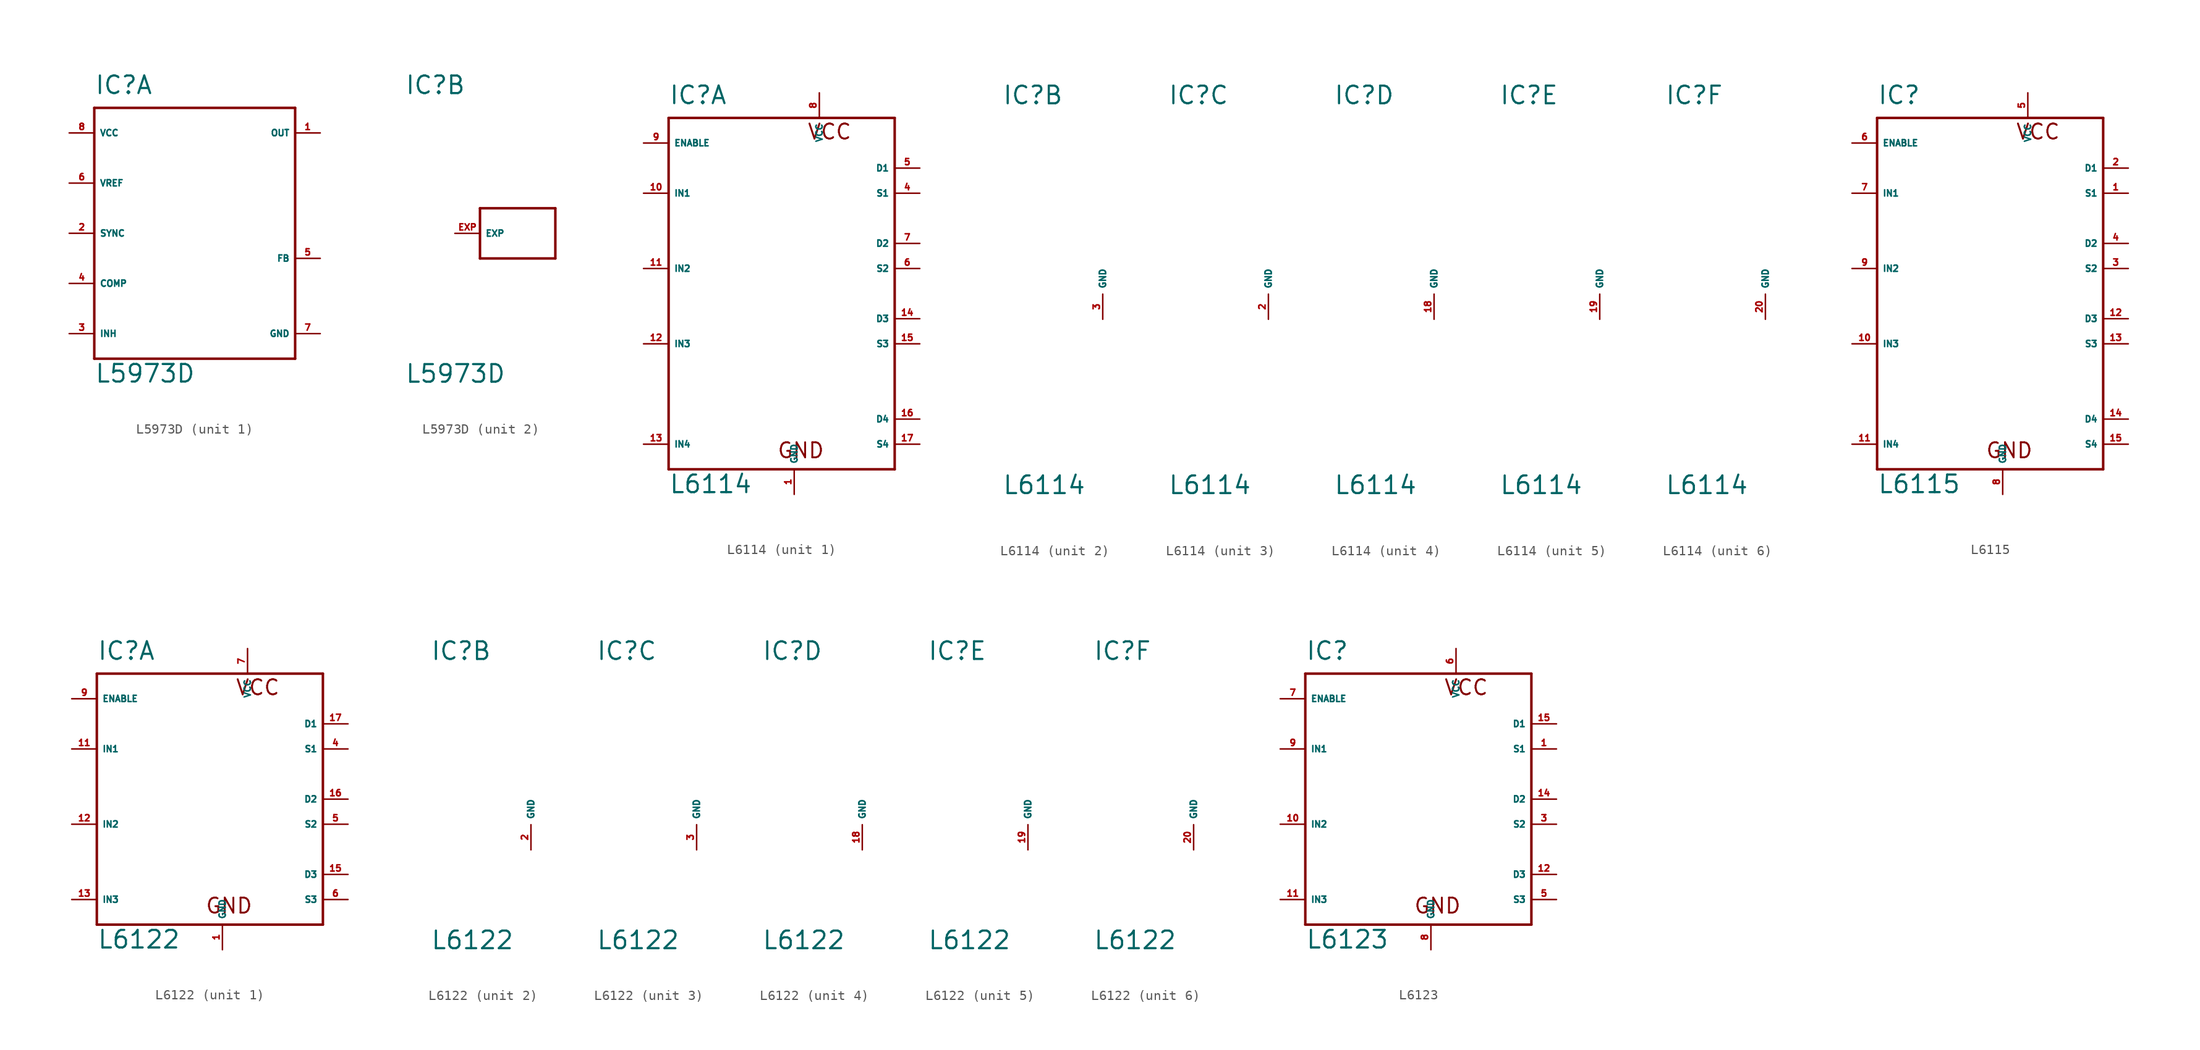
<source format=kicad_sym>
(kicad_symbol_lib
  (version 20220914)
  (generator Eagle2Kicad)
  (symbol "L5973D"
    (property "Reference" "IC"
      (at -10.16 13.97 0)
      (effects (font (size 1.778 1.778) (thickness 0.22)) (justify left bottom)))
    (property "Value" "L5973D"
      (at -10.16 -15.24 0)
      (effects (font (size 1.778 1.778) (thickness 0.22)) (justify left bottom)))
    (symbol "L5973D_1_0"
      (polyline (pts (xy -10.16 12.7) (xy 10.16 12.7)) (stroke (width 0.254) (type default)) (fill (type none)))
      (polyline (pts (xy 10.16 12.7) (xy 10.16 -12.7)) (stroke (width 0.254) (type default)) (fill (type none)))
      (polyline (pts (xy 10.16 -12.7) (xy -10.16 -12.7)) (stroke (width 0.254) (type default)) (fill (type none)))
      (polyline (pts (xy -10.16 -12.7) (xy -10.16 12.7)) (stroke (width 0.254) (type default)) (fill (type none)))
      (pin input line (at -12.7 5.08 0) (length 2.54) (name "VREF" (effects (font (size 0.635 0.635) (thickness 0.08)) (justify left bottom))) (number "6" (effects (font (size 0.635 0.635) (thickness 0.08)) (justify left bottom))))
      (pin input line (at -12.7 10.16 0) (length 2.54) (name "VCC" (effects (font (size 0.635 0.635) (thickness 0.08)) (justify left bottom))) (number "8" (effects (font (size 0.635 0.635) (thickness 0.08)) (justify left bottom))))
      (pin input line (at -12.7 0 0) (length 2.54) (name "SYNC" (effects (font (size 0.635 0.635) (thickness 0.08)) (justify left bottom))) (number "2" (effects (font (size 0.635 0.635) (thickness 0.08)) (justify left bottom))))
      (pin passive line (at -12.7 -5.08 0) (length 2.54) (name "COMP" (effects (font (size 0.635 0.635) (thickness 0.08)) (justify left bottom))) (number "4" (effects (font (size 0.635 0.635) (thickness 0.08)) (justify left bottom))))
      (pin input line (at -12.7 -10.16 0) (length 2.54) (name "INH" (effects (font (size 0.635 0.635) (thickness 0.08)) (justify left bottom))) (number "3" (effects (font (size 0.635 0.635) (thickness 0.08)) (justify left bottom))))
      (pin unspecified line (at 12.7 -10.16 180) (length 2.54) (name "GND" (effects (font (size 0.635 0.635) (thickness 0.08)) (justify left bottom))) (number "7" (effects (font (size 0.635 0.635) (thickness 0.08)) (justify left bottom))))
      (pin input line (at 12.7 -2.54 180) (length 2.54) (name "FB" (effects (font (size 0.635 0.635) (thickness 0.08)) (justify left bottom))) (number "5" (effects (font (size 0.635 0.635) (thickness 0.08)) (justify left bottom))))
      (pin output line (at 12.7 10.16 180) (length 2.54) (name "OUT" (effects (font (size 0.635 0.635) (thickness 0.08)) (justify left bottom))) (number "1" (effects (font (size 0.635 0.635) (thickness 0.08)) (justify left bottom)))))
    (symbol "L5973D_2_0"
      (polyline (pts (xy 5.08 2.54) (xy -2.54 2.54)) (stroke (width 0.254) (type default)) (fill (type none)))
      (polyline (pts (xy -2.54 2.54) (xy -2.54 -2.54)) (stroke (width 0.254) (type default)) (fill (type none)))
      (polyline (pts (xy -2.54 -2.54) (xy 5.08 -2.54)) (stroke (width 0.254) (type default)) (fill (type none)))
      (polyline (pts (xy 5.08 -2.54) (xy 5.08 2.54)) (stroke (width 0.254) (type default)) (fill (type none)))
      (pin input line (at -5.08 0 0) (length 2.54) (name "EXP" (effects (font (size 0.635 0.635) (thickness 0.08)) (justify left bottom))) (number "EXP" (effects (font (size 0.635 0.635) (thickness 0.08)) (justify left bottom))))))
  (symbol "L6114"
    (property "Reference" "IC"
      (at -10.16 19.05 0)
      (effects (font (size 1.778 1.778) (thickness 0.22)) (justify left bottom)))
    (property "Value" "L6114"
      (at -10.16 -20.32 0)
      (effects (font (size 1.778 1.778) (thickness 0.22)) (justify left bottom)))
    (symbol "L6114_1_0"
      (polyline (pts (xy -10.16 17.78) (xy 12.7 17.78)) (stroke (width 0.254) (type default)) (fill (type none)))
      (polyline (pts (xy 12.7 17.78) (xy 12.7 -17.78)) (stroke (width 0.254) (type default)) (fill (type none)))
      (polyline (pts (xy 12.7 -17.78) (xy -10.16 -17.78)) (stroke (width 0.254) (type default)) (fill (type none)))
      (polyline (pts (xy -10.16 -17.78) (xy -10.16 17.78)) (stroke (width 0.254) (type default)) (fill (type none)))
      (text "VCC" (at 3.81 15.494 0) (effects (font (size 1.524 1.524) (thickness 0.19)) (justify left bottom)))
      (text "GND" (at 0.762 -16.764 0) (effects (font (size 1.524 1.524) (thickness 0.19)) (justify left bottom)))
      (pin unspecified line (at 5.08 20.32 270) (length 2.54) (name "VCC" (effects (font (size 0.635 0.635) (thickness 0.08)) (justify left bottom))) (number "8" (effects (font (size 0.635 0.635) (thickness 0.08)) (justify left bottom))))
      (pin unspecified line (at 2.54 -20.32 90) (length 2.54) (name "GND" (effects (font (size 0.635 0.635) (thickness 0.08)) (justify left bottom))) (number "1" (effects (font (size 0.635 0.635) (thickness 0.08)) (justify left bottom))))
      (pin input line (at -12.7 2.54 0) (length 2.54) (name "IN2" (effects (font (size 0.635 0.635) (thickness 0.08)) (justify left bottom))) (number "11" (effects (font (size 0.635 0.635) (thickness 0.08)) (justify left bottom))))
      (pin input line (at -12.7 15.24 0) (length 2.54) (name "ENABLE" (effects (font (size 0.635 0.635) (thickness 0.08)) (justify left bottom))) (number "9" (effects (font (size 0.635 0.635) (thickness 0.08)) (justify left bottom))))
      (pin input line (at -12.7 10.16 0) (length 2.54) (name "IN1" (effects (font (size 0.635 0.635) (thickness 0.08)) (justify left bottom))) (number "10" (effects (font (size 0.635 0.635) (thickness 0.08)) (justify left bottom))))
      (pin passive line (at 15.24 10.16 180) (length 2.54) (name "S1" (effects (font (size 0.635 0.635) (thickness 0.08)) (justify left bottom))) (number "4" (effects (font (size 0.635 0.635) (thickness 0.08)) (justify left bottom))))
      (pin passive line (at 15.24 12.7 180) (length 2.54) (name "D1" (effects (font (size 0.635 0.635) (thickness 0.08)) (justify left bottom))) (number "5" (effects (font (size 0.635 0.635) (thickness 0.08)) (justify left bottom))))
      (pin passive line (at 15.24 5.08 180) (length 2.54) (name "D2" (effects (font (size 0.635 0.635) (thickness 0.08)) (justify left bottom))) (number "7" (effects (font (size 0.635 0.635) (thickness 0.08)) (justify left bottom))))
      (pin passive line (at 15.24 2.54 180) (length 2.54) (name "S2" (effects (font (size 0.635 0.635) (thickness 0.08)) (justify left bottom))) (number "6" (effects (font (size 0.635 0.635) (thickness 0.08)) (justify left bottom))))
      (pin passive line (at 15.24 -2.54 180) (length 2.54) (name "D3" (effects (font (size 0.635 0.635) (thickness 0.08)) (justify left bottom))) (number "14" (effects (font (size 0.635 0.635) (thickness 0.08)) (justify left bottom))))
      (pin passive line (at 15.24 -5.08 180) (length 2.54) (name "S3" (effects (font (size 0.635 0.635) (thickness 0.08)) (justify left bottom))) (number "15" (effects (font (size 0.635 0.635) (thickness 0.08)) (justify left bottom))))
      (pin passive line (at 15.24 -12.7 180) (length 2.54) (name "D4" (effects (font (size 0.635 0.635) (thickness 0.08)) (justify left bottom))) (number "16" (effects (font (size 0.635 0.635) (thickness 0.08)) (justify left bottom))))
      (pin passive line (at 15.24 -15.24 180) (length 2.54) (name "S4" (effects (font (size 0.635 0.635) (thickness 0.08)) (justify left bottom))) (number "17" (effects (font (size 0.635 0.635) (thickness 0.08)) (justify left bottom))))
      (pin input line (at -12.7 -5.08 0) (length 2.54) (name "IN3" (effects (font (size 0.635 0.635) (thickness 0.08)) (justify left bottom))) (number "12" (effects (font (size 0.635 0.635) (thickness 0.08)) (justify left bottom))))
      (pin input line (at -12.7 -15.24 0) (length 2.54) (name "IN4" (effects (font (size 0.635 0.635) (thickness 0.08)) (justify left bottom))) (number "13" (effects (font (size 0.635 0.635) (thickness 0.08)) (justify left bottom)))))
    (symbol "L6114_2_0"
      (pin unspecified line (at 0 -2.54 90) (length 2.54) (name "GND" (effects (font (size 0.635 0.635) (thickness 0.08)) (justify left bottom))) (number "3" (effects (font (size 0.635 0.635) (thickness 0.08)) (justify left bottom)))))
    (symbol "L6114_3_0"
      (pin unspecified line (at 0 -2.54 90) (length 2.54) (name "GND" (effects (font (size 0.635 0.635) (thickness 0.08)) (justify left bottom))) (number "2" (effects (font (size 0.635 0.635) (thickness 0.08)) (justify left bottom)))))
    (symbol "L6114_4_0"
      (pin unspecified line (at 0 -2.54 90) (length 2.54) (name "GND" (effects (font (size 0.635 0.635) (thickness 0.08)) (justify left bottom))) (number "18" (effects (font (size 0.635 0.635) (thickness 0.08)) (justify left bottom)))))
    (symbol "L6114_5_0"
      (pin unspecified line (at 0 -2.54 90) (length 2.54) (name "GND" (effects (font (size 0.635 0.635) (thickness 0.08)) (justify left bottom))) (number "19" (effects (font (size 0.635 0.635) (thickness 0.08)) (justify left bottom)))))
    (symbol "L6114_6_0"
      (pin unspecified line (at 0 -2.54 90) (length 2.54) (name "GND" (effects (font (size 0.635 0.635) (thickness 0.08)) (justify left bottom))) (number "20" (effects (font (size 0.635 0.635) (thickness 0.08)) (justify left bottom))))))
  (symbol "L6115"
    (property "Reference" "IC"
      (at -10.16 19.05 0)
      (effects (font (size 1.778 1.778) (thickness 0.22)) (justify left bottom)))
    (property "Value" "L6115"
      (at -10.16 -20.32 0)
      (effects (font (size 1.778 1.778) (thickness 0.22)) (justify left bottom)))
    (polyline
      (pts (xy -10.16 17.78) (xy 12.7 17.78))
      (stroke (width 0.254) (type default))
      (fill (type none)))
    (polyline
      (pts (xy 12.7 17.78) (xy 12.7 -17.78))
      (stroke (width 0.254) (type default))
      (fill (type none)))
    (polyline
      (pts (xy 12.7 -17.78) (xy -10.16 -17.78))
      (stroke (width 0.254) (type default))
      (fill (type none)))
    (polyline
      (pts (xy -10.16 -17.78) (xy -10.16 17.78))
      (stroke (width 0.254) (type default))
      (fill (type none)))
    (text "VCC"
      (at 3.81 15.494 0)
      (effects (font (size 1.524 1.524) (thickness 0.19)) (justify left bottom)))
    (text "GND"
      (at 0.762 -16.764 0)
      (effects (font (size 1.524 1.524) (thickness 0.19)) (justify left bottom)))
    (pin unspecified line
      (at 5.08 20.32 270)
      (length 2.54)
      (name "VCC" (effects (font (size 0.635 0.635) (thickness 0.08)) (justify left bottom)))
      (number "5" (effects (font (size 0.635 0.635) (thickness 0.08)) (justify left bottom))))
    (pin unspecified line
      (at 2.54 -20.32 90)
      (length 2.54)
      (name "GND" (effects (font (size 0.635 0.635) (thickness 0.08)) (justify left bottom)))
      (number "8" (effects (font (size 0.635 0.635) (thickness 0.08)) (justify left bottom))))
    (pin input line
      (at -12.7 2.54 0)
      (length 2.54)
      (name "IN2" (effects (font (size 0.635 0.635) (thickness 0.08)) (justify left bottom)))
      (number "9" (effects (font (size 0.635 0.635) (thickness 0.08)) (justify left bottom))))
    (pin input line
      (at -12.7 15.24 0)
      (length 2.54)
      (name "ENABLE" (effects (font (size 0.635 0.635) (thickness 0.08)) (justify left bottom)))
      (number "6" (effects (font (size 0.635 0.635) (thickness 0.08)) (justify left bottom))))
    (pin input line
      (at -12.7 10.16 0)
      (length 2.54)
      (name "IN1" (effects (font (size 0.635 0.635) (thickness 0.08)) (justify left bottom)))
      (number "7" (effects (font (size 0.635 0.635) (thickness 0.08)) (justify left bottom))))
    (pin passive line
      (at 15.24 10.16 180)
      (length 2.54)
      (name "S1" (effects (font (size 0.635 0.635) (thickness 0.08)) (justify left bottom)))
      (number "1" (effects (font (size 0.635 0.635) (thickness 0.08)) (justify left bottom))))
    (pin passive line
      (at 15.24 12.7 180)
      (length 2.54)
      (name "D1" (effects (font (size 0.635 0.635) (thickness 0.08)) (justify left bottom)))
      (number "2" (effects (font (size 0.635 0.635) (thickness 0.08)) (justify left bottom))))
    (pin passive line
      (at 15.24 5.08 180)
      (length 2.54)
      (name "D2" (effects (font (size 0.635 0.635) (thickness 0.08)) (justify left bottom)))
      (number "4" (effects (font (size 0.635 0.635) (thickness 0.08)) (justify left bottom))))
    (pin passive line
      (at 15.24 2.54 180)
      (length 2.54)
      (name "S2" (effects (font (size 0.635 0.635) (thickness 0.08)) (justify left bottom)))
      (number "3" (effects (font (size 0.635 0.635) (thickness 0.08)) (justify left bottom))))
    (pin passive line
      (at 15.24 -2.54 180)
      (length 2.54)
      (name "D3" (effects (font (size 0.635 0.635) (thickness 0.08)) (justify left bottom)))
      (number "12" (effects (font (size 0.635 0.635) (thickness 0.08)) (justify left bottom))))
    (pin passive line
      (at 15.24 -5.08 180)
      (length 2.54)
      (name "S3" (effects (font (size 0.635 0.635) (thickness 0.08)) (justify left bottom)))
      (number "13" (effects (font (size 0.635 0.635) (thickness 0.08)) (justify left bottom))))
    (pin passive line
      (at 15.24 -12.7 180)
      (length 2.54)
      (name "D4" (effects (font (size 0.635 0.635) (thickness 0.08)) (justify left bottom)))
      (number "14" (effects (font (size 0.635 0.635) (thickness 0.08)) (justify left bottom))))
    (pin passive line
      (at 15.24 -15.24 180)
      (length 2.54)
      (name "S4" (effects (font (size 0.635 0.635) (thickness 0.08)) (justify left bottom)))
      (number "15" (effects (font (size 0.635 0.635) (thickness 0.08)) (justify left bottom))))
    (pin input line
      (at -12.7 -5.08 0)
      (length 2.54)
      (name "IN3" (effects (font (size 0.635 0.635) (thickness 0.08)) (justify left bottom)))
      (number "10" (effects (font (size 0.635 0.635) (thickness 0.08)) (justify left bottom))))
    (pin input line
      (at -12.7 -15.24 0)
      (length 2.54)
      (name "IN4" (effects (font (size 0.635 0.635) (thickness 0.08)) (justify left bottom)))
      (number "11" (effects (font (size 0.635 0.635) (thickness 0.08)) (justify left bottom)))))
  (symbol "L6122"
    (property "Reference" "IC"
      (at -10.16 16.51 0)
      (effects (font (size 1.778 1.778) (thickness 0.22)) (justify left bottom)))
    (property "Value" "L6122"
      (at -10.16 -12.7 0)
      (effects (font (size 1.778 1.778) (thickness 0.22)) (justify left bottom)))
    (symbol "L6122_1_0"
      (polyline (pts (xy -10.16 15.24) (xy 12.7 15.24)) (stroke (width 0.254) (type default)) (fill (type none)))
      (polyline (pts (xy 12.7 15.24) (xy 12.7 -10.16)) (stroke (width 0.254) (type default)) (fill (type none)))
      (polyline (pts (xy 12.7 -10.16) (xy -10.16 -10.16)) (stroke (width 0.254) (type default)) (fill (type none)))
      (polyline (pts (xy -10.16 -10.16) (xy -10.16 15.24)) (stroke (width 0.254) (type default)) (fill (type none)))
      (text "VCC" (at 3.81 12.954 0) (effects (font (size 1.524 1.524) (thickness 0.19)) (justify left bottom)))
      (text "GND" (at 0.762 -9.144 0) (effects (font (size 1.524 1.524) (thickness 0.19)) (justify left bottom)))
      (pin unspecified line (at 5.08 17.78 270) (length 2.54) (name "VCC" (effects (font (size 0.635 0.635) (thickness 0.08)) (justify left bottom))) (number "7" (effects (font (size 0.635 0.635) (thickness 0.08)) (justify left bottom))))
      (pin unspecified line (at 2.54 -12.7 90) (length 2.54) (name "GND" (effects (font (size 0.635 0.635) (thickness 0.08)) (justify left bottom))) (number "1" (effects (font (size 0.635 0.635) (thickness 0.08)) (justify left bottom))))
      (pin input line (at -12.7 0 0) (length 2.54) (name "IN2" (effects (font (size 0.635 0.635) (thickness 0.08)) (justify left bottom))) (number "12" (effects (font (size 0.635 0.635) (thickness 0.08)) (justify left bottom))))
      (pin input line (at -12.7 12.7 0) (length 2.54) (name "ENABLE" (effects (font (size 0.635 0.635) (thickness 0.08)) (justify left bottom))) (number "9" (effects (font (size 0.635 0.635) (thickness 0.08)) (justify left bottom))))
      (pin input line (at -12.7 7.62 0) (length 2.54) (name "IN1" (effects (font (size 0.635 0.635) (thickness 0.08)) (justify left bottom))) (number "11" (effects (font (size 0.635 0.635) (thickness 0.08)) (justify left bottom))))
      (pin passive line (at 15.24 7.62 180) (length 2.54) (name "S1" (effects (font (size 0.635 0.635) (thickness 0.08)) (justify left bottom))) (number "4" (effects (font (size 0.635 0.635) (thickness 0.08)) (justify left bottom))))
      (pin passive line (at 15.24 10.16 180) (length 2.54) (name "D1" (effects (font (size 0.635 0.635) (thickness 0.08)) (justify left bottom))) (number "17" (effects (font (size 0.635 0.635) (thickness 0.08)) (justify left bottom))))
      (pin passive line (at 15.24 2.54 180) (length 2.54) (name "D2" (effects (font (size 0.635 0.635) (thickness 0.08)) (justify left bottom))) (number "16" (effects (font (size 0.635 0.635) (thickness 0.08)) (justify left bottom))))
      (pin passive line (at 15.24 0 180) (length 2.54) (name "S2" (effects (font (size 0.635 0.635) (thickness 0.08)) (justify left bottom))) (number "5" (effects (font (size 0.635 0.635) (thickness 0.08)) (justify left bottom))))
      (pin passive line (at 15.24 -5.08 180) (length 2.54) (name "D3" (effects (font (size 0.635 0.635) (thickness 0.08)) (justify left bottom))) (number "15" (effects (font (size 0.635 0.635) (thickness 0.08)) (justify left bottom))))
      (pin passive line (at 15.24 -7.62 180) (length 2.54) (name "S3" (effects (font (size 0.635 0.635) (thickness 0.08)) (justify left bottom))) (number "6" (effects (font (size 0.635 0.635) (thickness 0.08)) (justify left bottom))))
      (pin input line (at -12.7 -7.62 0) (length 2.54) (name "IN3" (effects (font (size 0.635 0.635) (thickness 0.08)) (justify left bottom))) (number "13" (effects (font (size 0.635 0.635) (thickness 0.08)) (justify left bottom)))))
    (symbol "L6122_2_0"
      (pin unspecified line (at 0 -2.54 90) (length 2.54) (name "GND" (effects (font (size 0.635 0.635) (thickness 0.08)) (justify left bottom))) (number "2" (effects (font (size 0.635 0.635) (thickness 0.08)) (justify left bottom)))))
    (symbol "L6122_3_0"
      (pin unspecified line (at 0 -2.54 90) (length 2.54) (name "GND" (effects (font (size 0.635 0.635) (thickness 0.08)) (justify left bottom))) (number "3" (effects (font (size 0.635 0.635) (thickness 0.08)) (justify left bottom)))))
    (symbol "L6122_4_0"
      (pin unspecified line (at 0 -2.54 90) (length 2.54) (name "GND" (effects (font (size 0.635 0.635) (thickness 0.08)) (justify left bottom))) (number "18" (effects (font (size 0.635 0.635) (thickness 0.08)) (justify left bottom)))))
    (symbol "L6122_5_0"
      (pin unspecified line (at 0 -2.54 90) (length 2.54) (name "GND" (effects (font (size 0.635 0.635) (thickness 0.08)) (justify left bottom))) (number "19" (effects (font (size 0.635 0.635) (thickness 0.08)) (justify left bottom)))))
    (symbol "L6122_6_0"
      (pin unspecified line (at 0 -2.54 90) (length 2.54) (name "GND" (effects (font (size 0.635 0.635) (thickness 0.08)) (justify left bottom))) (number "20" (effects (font (size 0.635 0.635) (thickness 0.08)) (justify left bottom))))))
  (symbol "L6123"
    (property "Reference" "IC"
      (at -10.16 16.51 0)
      (effects (font (size 1.778 1.778) (thickness 0.22)) (justify left bottom)))
    (property "Value" "L6123"
      (at -10.16 -12.7 0)
      (effects (font (size 1.778 1.778) (thickness 0.22)) (justify left bottom)))
    (polyline
      (pts (xy -10.16 15.24) (xy 12.7 15.24))
      (stroke (width 0.254) (type default))
      (fill (type none)))
    (polyline
      (pts (xy 12.7 15.24) (xy 12.7 -10.16))
      (stroke (width 0.254) (type default))
      (fill (type none)))
    (polyline
      (pts (xy 12.7 -10.16) (xy -10.16 -10.16))
      (stroke (width 0.254) (type default))
      (fill (type none)))
    (polyline
      (pts (xy -10.16 -10.16) (xy -10.16 15.24))
      (stroke (width 0.254) (type default))
      (fill (type none)))
    (text "VCC"
      (at 3.81 12.954 0)
      (effects (font (size 1.524 1.524) (thickness 0.19)) (justify left bottom)))
    (text "GND"
      (at 0.762 -9.144 0)
      (effects (font (size 1.524 1.524) (thickness 0.19)) (justify left bottom)))
    (pin unspecified line
      (at 5.08 17.78 270)
      (length 2.54)
      (name "VCC" (effects (font (size 0.635 0.635) (thickness 0.08)) (justify left bottom)))
      (number "6" (effects (font (size 0.635 0.635) (thickness 0.08)) (justify left bottom))))
    (pin unspecified line
      (at 2.54 -12.7 90)
      (length 2.54)
      (name "GND" (effects (font (size 0.635 0.635) (thickness 0.08)) (justify left bottom)))
      (number "8" (effects (font (size 0.635 0.635) (thickness 0.08)) (justify left bottom))))
    (pin input line
      (at -12.7 0 0)
      (length 2.54)
      (name "IN2" (effects (font (size 0.635 0.635) (thickness 0.08)) (justify left bottom)))
      (number "10" (effects (font (size 0.635 0.635) (thickness 0.08)) (justify left bottom))))
    (pin input line
      (at -12.7 12.7 0)
      (length 2.54)
      (name "ENABLE" (effects (font (size 0.635 0.635) (thickness 0.08)) (justify left bottom)))
      (number "7" (effects (font (size 0.635 0.635) (thickness 0.08)) (justify left bottom))))
    (pin input line
      (at -12.7 7.62 0)
      (length 2.54)
      (name "IN1" (effects (font (size 0.635 0.635) (thickness 0.08)) (justify left bottom)))
      (number "9" (effects (font (size 0.635 0.635) (thickness 0.08)) (justify left bottom))))
    (pin passive line
      (at 15.24 7.62 180)
      (length 2.54)
      (name "S1" (effects (font (size 0.635 0.635) (thickness 0.08)) (justify left bottom)))
      (number "1" (effects (font (size 0.635 0.635) (thickness 0.08)) (justify left bottom))))
    (pin passive line
      (at 15.24 10.16 180)
      (length 2.54)
      (name "D1" (effects (font (size 0.635 0.635) (thickness 0.08)) (justify left bottom)))
      (number "15" (effects (font (size 0.635 0.635) (thickness 0.08)) (justify left bottom))))
    (pin passive line
      (at 15.24 2.54 180)
      (length 2.54)
      (name "D2" (effects (font (size 0.635 0.635) (thickness 0.08)) (justify left bottom)))
      (number "14" (effects (font (size 0.635 0.635) (thickness 0.08)) (justify left bottom))))
    (pin passive line
      (at 15.24 0 180)
      (length 2.54)
      (name "S2" (effects (font (size 0.635 0.635) (thickness 0.08)) (justify left bottom)))
      (number "3" (effects (font (size 0.635 0.635) (thickness 0.08)) (justify left bottom))))
    (pin passive line
      (at 15.24 -5.08 180)
      (length 2.54)
      (name "D3" (effects (font (size 0.635 0.635) (thickness 0.08)) (justify left bottom)))
      (number "12" (effects (font (size 0.635 0.635) (thickness 0.08)) (justify left bottom))))
    (pin passive line
      (at 15.24 -7.62 180)
      (length 2.54)
      (name "S3" (effects (font (size 0.635 0.635) (thickness 0.08)) (justify left bottom)))
      (number "5" (effects (font (size 0.635 0.635) (thickness 0.08)) (justify left bottom))))
    (pin input line
      (at -12.7 -7.62 0)
      (length 2.54)
      (name "IN3" (effects (font (size 0.635 0.635) (thickness 0.08)) (justify left bottom)))
      (number "11" (effects (font (size 0.635 0.635) (thickness 0.08)) (justify left bottom))))))
</source>
